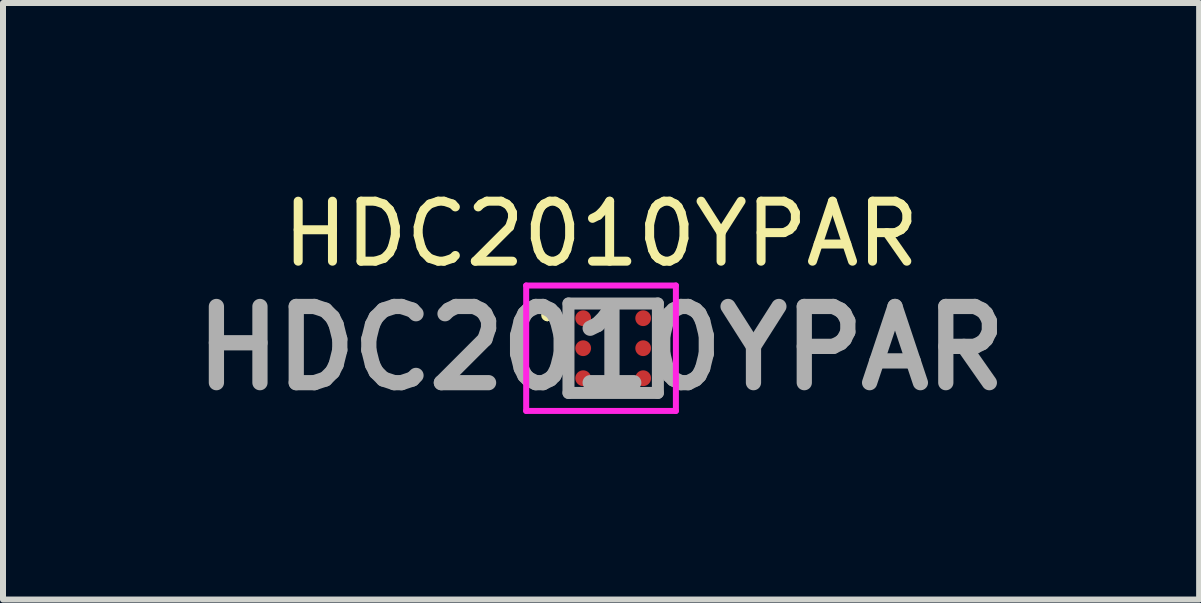
<source format=kicad_pcb>
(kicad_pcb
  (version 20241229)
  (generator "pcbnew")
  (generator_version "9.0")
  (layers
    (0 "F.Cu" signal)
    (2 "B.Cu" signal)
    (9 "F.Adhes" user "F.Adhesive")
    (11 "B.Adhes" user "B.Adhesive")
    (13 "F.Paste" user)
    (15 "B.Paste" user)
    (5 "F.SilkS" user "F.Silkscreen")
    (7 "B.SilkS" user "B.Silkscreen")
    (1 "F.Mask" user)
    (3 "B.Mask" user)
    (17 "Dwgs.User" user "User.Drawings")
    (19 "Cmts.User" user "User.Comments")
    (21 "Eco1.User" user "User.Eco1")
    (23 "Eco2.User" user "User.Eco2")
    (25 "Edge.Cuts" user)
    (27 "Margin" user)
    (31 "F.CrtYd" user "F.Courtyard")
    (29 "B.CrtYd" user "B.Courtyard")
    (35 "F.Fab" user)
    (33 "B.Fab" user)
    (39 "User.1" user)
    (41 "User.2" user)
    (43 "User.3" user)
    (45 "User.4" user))
  (footprint "HDC2010YPAR"
    (layer "F.Cu")
    (at 7.169 2.753)
    (property "Reference" "HDC2010YPAR" (at -0.202 -1.905 0) (layer "F.SilkS") (effects (font (size 1 1) (thickness 0.15))))
    (attr smd)
    (fp_line (start -1.1 -0.6) (end -1.1 -0.6) (stroke (width 0.1) (type solid)) (layer "F.SilkS"))
    (fp_line (start -1.1 -0.5) (end -1.1 -0.5) (stroke (width 0.1) (type solid)) (layer "F.SilkS"))
    (fp_line (start -0.745 -0.745) (end 0.745 -0.745) (stroke (width 0.1) (type solid)) (layer "F.SilkS"))
    (fp_line (start -0.745 0.745) (end -0.745 -0.745) (stroke (width 0.1) (type solid)) (layer "F.SilkS"))
    (fp_line (start 0.745 -0.745) (end 0.745 0.745) (stroke (width 0.1) (type solid)) (layer "F.SilkS"))
    (fp_line (start 0.745 0.745) (end -0.745 0.745) (stroke (width 0.1) (type solid)) (layer "F.SilkS"))
    (fp_arc (start -1.1 -0.6) (mid -1.05 -0.55) (end -1.1 -0.5) (stroke (width 0.1) (type solid)) (layer "F.SilkS"))
    (fp_arc (start -1.1 -0.5) (mid -1.15 -0.55) (end -1.1 -0.6) (stroke (width 0.1) (type solid)) (layer "F.SilkS"))
    (fp_line (start -1.45 -1.045) (end 1.045 -1.045) (stroke (width 0.1) (type solid)) (layer "F.CrtYd"))
    (fp_line (start -1.45 1.045) (end -1.45 -1.045) (stroke (width 0.1) (type solid)) (layer "F.CrtYd"))
    (fp_line (start 1.045 -1.045) (end 1.045 1.045) (stroke (width 0.1) (type solid)) (layer "F.CrtYd"))
    (fp_line (start 1.045 1.045) (end -1.45 1.045) (stroke (width 0.1) (type solid)) (layer "F.CrtYd"))
    (fp_line (start -0.745 -0.745) (end 0.745 -0.745) (stroke (width 0.2) (type solid)) (layer "F.Fab"))
    (fp_line (start -0.745 0.745) (end -0.745 -0.745) (stroke (width 0.2) (type solid)) (layer "F.Fab"))
    (fp_line (start 0.745 -0.745) (end 0.745 0.745) (stroke (width 0.2) (type solid)) (layer "F.Fab"))
    (fp_line (start 0.745 0.745) (end -0.745 0.745) (stroke (width 0.2) (type solid)) (layer "F.Fab"))
    (fp_text user "${REFERENCE}" (at -0.202 0 0) (layer "F.Fab") (effects (font (size 1.27 1.27) (thickness 0.254))))
    (pad "A1" smd circle (at -0.5 -0.5 90) (size 0.263 0.263) (layers "F.Cu" "F.Mask" "F.Paste"))
    (pad "A2" smd circle (at 0.5 -0.5 90) (size 0.263 0.263) (layers "F.Cu" "F.Mask" "F.Paste"))
    (pad "B1" smd circle (at -0.5 0 90) (size 0.263 0.263) (layers "F.Cu" "F.Mask" "F.Paste"))
    (pad "B2" smd circle (at 0.5 0 90) (size 0.263 0.263) (layers "F.Cu" "F.Mask" "F.Paste"))
    (pad "C1" smd circle (at -0.5 0.5 90) (size 0.263 0.263) (layers "F.Cu" "F.Mask" "F.Paste"))
    (pad "C2" smd circle (at 0.5 0.5 90) (size 0.263 0.263) (layers "F.Cu" "F.Mask" "F.Paste")))
  (gr_rect
    (start -3 -3)
    (end 16.934 6.942)
    (stroke (width 0.1) (type default))
    (fill no)
    (layer "Edge.Cuts")))
</source>
